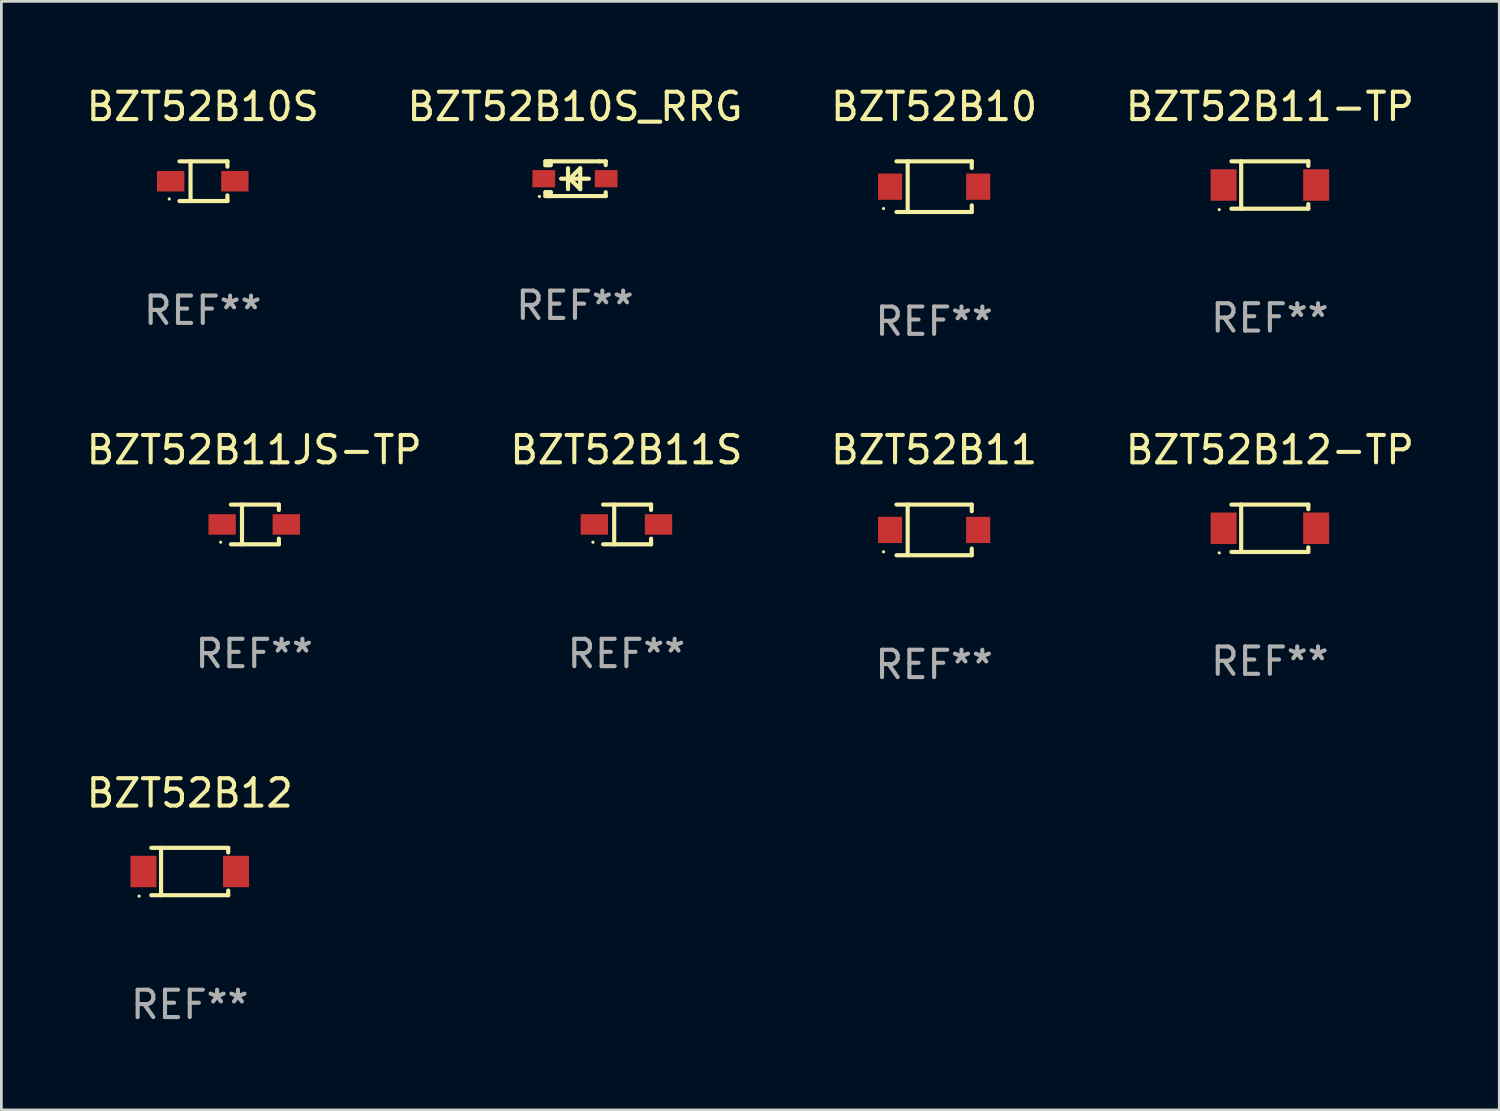
<source format=kicad_pcb>
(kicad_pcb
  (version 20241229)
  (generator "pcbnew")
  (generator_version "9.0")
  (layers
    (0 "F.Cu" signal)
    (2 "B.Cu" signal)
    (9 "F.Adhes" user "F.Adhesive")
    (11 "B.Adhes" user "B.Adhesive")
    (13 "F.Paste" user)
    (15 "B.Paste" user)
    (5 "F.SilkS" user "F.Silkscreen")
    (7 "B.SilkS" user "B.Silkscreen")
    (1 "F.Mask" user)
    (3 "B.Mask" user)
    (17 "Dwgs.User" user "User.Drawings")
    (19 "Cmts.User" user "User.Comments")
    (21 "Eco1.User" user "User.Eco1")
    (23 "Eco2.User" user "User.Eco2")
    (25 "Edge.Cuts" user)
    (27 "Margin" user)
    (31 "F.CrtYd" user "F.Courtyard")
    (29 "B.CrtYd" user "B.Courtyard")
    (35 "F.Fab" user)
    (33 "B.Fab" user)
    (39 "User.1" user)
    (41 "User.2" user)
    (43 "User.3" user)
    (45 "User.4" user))
  (footprint "BZT52B11S"
    (layer "F.Cu")
    (at 19.851 16.123)
    (property "Reference" "BZT52B11S" (at 0 -2.726 0) (layer "F.SilkS") (effects (font (size 1 1) (thickness 0.15))))
    (attr through_hole)
    (fp_line (start -0.851 -0.726) (end 0.901 -0.726) (stroke (width 0.152) (type solid)) (layer "F.SilkS"))
    (fp_line (start -0.851 0.726) (end 0.901 0.726) (stroke (width 0.152) (type solid)) (layer "F.SilkS"))
    (fp_line (start -0.447 -0.726) (end -0.447 0.726) (stroke (width 0.152) (type solid)) (layer "F.SilkS"))
    (fp_line (start 0.901 -0.726) (end 0.901 -0.53) (stroke (width 0.152) (type solid)) (layer "F.SilkS"))
    (fp_line (start 0.901 0.726) (end 0.901 0.52) (stroke (width 0.152) (type solid)) (layer "F.SilkS"))
    (fp_circle (center -1.225 0.65) (end -1.195 0.65) (stroke (width 0.06) (type solid)) (fill no) (layer "F.SilkS"))
    (fp_text user "REF**" (at 0 4.726 0) (layer "F.Fab") (effects (font (size 1 1) (thickness 0.15))))
    (pad "1" smd rect (at -1.173 0) (size 1 0.75) (layers "F.Cu" "F.Mask" "F.Paste"))
    (pad "2" smd rect (at 1.173 0) (size 1 0.75) (layers "F.Cu" "F.Mask" "F.Paste")))
  (footprint "BZT52B11JS-TP"
    (layer "F.Cu")
    (at 6.244 16.123)
    (property "Reference" "BZT52B11JS-TP" (at 0 -2.726 0) (layer "F.SilkS") (effects (font (size 1 1) (thickness 0.15))))
    (attr through_hole)
    (fp_line (start -0.851 -0.726) (end 0.901 -0.726) (stroke (width 0.152) (type solid)) (layer "F.SilkS"))
    (fp_line (start -0.851 0.726) (end 0.901 0.726) (stroke (width 0.152) (type solid)) (layer "F.SilkS"))
    (fp_line (start -0.447 -0.726) (end -0.447 0.726) (stroke (width 0.152) (type solid)) (layer "F.SilkS"))
    (fp_line (start 0.901 -0.726) (end 0.901 -0.53) (stroke (width 0.152) (type solid)) (layer "F.SilkS"))
    (fp_line (start 0.901 0.726) (end 0.901 0.52) (stroke (width 0.152) (type solid)) (layer "F.SilkS"))
    (fp_circle (center -1.225 0.65) (end -1.195 0.65) (stroke (width 0.06) (type solid)) (fill no) (layer "F.SilkS"))
    (fp_text user "REF**" (at 0 4.726 0) (layer "F.Fab") (effects (font (size 1 1) (thickness 0.15))))
    (pad "1" smd rect (at -1.173 0) (size 1 0.75) (layers "F.Cu" "F.Mask" "F.Paste"))
    (pad "2" smd rect (at 1.173 0) (size 1 0.75) (layers "F.Cu" "F.Mask" "F.Paste")))
  (footprint "BZT52B10S_RRG"
    (layer "F.Cu")
    (at 17.97 3.483)
    (property "Reference" "BZT52B10S_RRG" (at 0 -2.635 0) (layer "F.SilkS") (effects (font (size 1 1) (thickness 0.15))))
    (attr through_hole)
    (fp_line (start -1.08 -0.635) (end -1.08 -0.495) (stroke (width 0.152) (type solid)) (layer "F.SilkS"))
    (fp_line (start -1.08 0.495) (end -1.08 0.635) (stroke (width 0.152) (type solid)) (layer "F.SilkS"))
    (fp_line (start -1.08 0.495) (end -0.889 0.495) (stroke (width 0.152) (type solid)) (layer "F.SilkS"))
    (fp_line (start -1.08 0.635) (end -0.889 0.635) (stroke (width 0.152) (type solid)) (layer "F.SilkS"))
    (fp_line (start -1.003 0.635) (end -0.986 0.635) (stroke (width 0.152) (type solid)) (layer "F.SilkS"))
    (fp_line (start -0.986 -0.495) (end -0.986 -0.635) (stroke (width 0.152) (type solid)) (layer "F.SilkS"))
    (fp_line (start -0.986 0.635) (end -0.986 0.495) (stroke (width 0.152) (type solid)) (layer "F.SilkS"))
    (fp_line (start -0.889 -0.635) (end -1.08 -0.635) (stroke (width 0.152) (type solid)) (layer "F.SilkS"))
    (fp_line (start -0.889 -0.635) (end -0.889 -0.595) (stroke (width 0.152) (type solid)) (layer "F.SilkS"))
    (fp_line (start -0.889 -0.635) (end 0.889 -0.635) (stroke (width 0.152) (type solid)) (layer "F.SilkS"))
    (fp_line (start -0.889 -0.595) (end -0.889 -0.495) (stroke (width 0.152) (type solid)) (layer "F.SilkS"))
    (fp_line (start -0.889 -0.495) (end -1.08 -0.495) (stroke (width 0.152) (type solid)) (layer "F.SilkS"))
    (fp_line (start -0.889 0.495) (end -0.889 0.595) (stroke (width 0.152) (type solid)) (layer "F.SilkS"))
    (fp_line (start -0.889 0.495) (end -0.889 0.495) (stroke (width 0.152) (type solid)) (layer "F.SilkS"))
    (fp_line (start -0.889 0.595) (end -0.889 0.635) (stroke (width 0.152) (type solid)) (layer "F.SilkS"))
    (fp_line (start -0.889 0.635) (end 0.889 0.635) (stroke (width 0.152) (type solid)) (layer "F.SilkS"))
    (fp_line (start -0.254 -0.381) (end -0.254 0.381) (stroke (width 0.152) (type solid)) (layer "F.SilkS"))
    (fp_line (start -0.191 0) (end -0.191 0) (stroke (width 0.152) (type solid)) (layer "F.SilkS"))
    (fp_line (start -0.191 0) (end 0.191 -0.381) (stroke (width 0.152) (type solid)) (layer "F.SilkS"))
    (fp_line (start 0.191 -0.381) (end 0.191 0.381) (stroke (width 0.152) (type solid)) (layer "F.SilkS"))
    (fp_line (start 0.191 0.381) (end -0.191 0) (stroke (width 0.152) (type solid)) (layer "F.SilkS"))
    (fp_line (start 0.508 0) (end -0.508 0) (stroke (width 0.152) (type solid)) (layer "F.SilkS"))
    (fp_line (start 0.889 -0.635) (end 1.125 -0.635) (stroke (width 0.152) (type solid)) (layer "F.SilkS"))
    (fp_line (start 1.125 -0.635) (end 1.125 -0.495) (stroke (width 0.152) (type solid)) (layer "F.SilkS"))
    (fp_line (start 1.125 0.495) (end 1.125 0.635) (stroke (width 0.152) (type solid)) (layer "F.SilkS"))
    (fp_line (start 1.125 0.635) (end 0.889 0.635) (stroke (width 0.152) (type solid)) (layer "F.SilkS"))
    (fp_circle (center -1.3 0.65) (end -1.27 0.65) (stroke (width 0.06) (type solid)) (fill no) (layer "F.SilkS"))
    (fp_text user "REF**" (at 0 4.635 0) (layer "F.Fab") (effects (font (size 1 1) (thickness 0.15))))
    (pad "1" smd rect (at -1.14 0 90) (size 0.63 0.83) (layers "F.Cu" "F.Mask" "F.Paste"))
    (pad "2" smd rect (at 1.14 0 90) (size 0.63 0.83) (layers "F.Cu" "F.Mask" "F.Paste")))
  (footprint "BZT52B11"
    (layer "F.Cu")
    (at 31.101 16.323)
    (property "Reference" "BZT52B11" (at 0 -2.926 0) (layer "F.SilkS") (effects (font (size 1 1) (thickness 0.15))))
    (attr through_hole)
    (fp_line (start -1.376 -0.926) (end 1.376 -0.926) (stroke (width 0.152) (type solid)) (layer "F.SilkS"))
    (fp_line (start -1.376 0.926) (end 1.376 0.926) (stroke (width 0.152) (type solid)) (layer "F.SilkS"))
    (fp_line (start -0.967 -0.926) (end -0.967 0.926) (stroke (width 0.152) (type solid)) (layer "F.SilkS"))
    (fp_line (start 1.376 -0.926) (end 1.376 -0.683) (stroke (width 0.152) (type solid)) (layer "F.SilkS"))
    (fp_line (start 1.376 0.926) (end 1.376 0.683) (stroke (width 0.152) (type solid)) (layer "F.SilkS"))
    (fp_circle (center -1.85 0.8) (end -1.82 0.8) (stroke (width 0.06) (type solid)) (fill no) (layer "F.SilkS"))
    (fp_text user "REF**" (at 0 4.926 0) (layer "F.Fab") (effects (font (size 1 1) (thickness 0.15))))
    (pad "1" smd rect (at -1.61 0) (size 0.88 0.96) (layers "F.Cu" "F.Mask" "F.Paste"))
    (pad "2" smd rect (at 1.61 0) (size 0.88 0.96) (layers "F.Cu" "F.Mask" "F.Paste")))
  (footprint "BZT52B11-TP"
    (layer "F.Cu")
    (at 43.375 3.714)
    (property "Reference" "BZT52B11-TP" (at 0 -2.866 0) (layer "F.SilkS") (effects (font (size 1 1) (thickness 0.15))))
    (attr through_hole)
    (fp_line (start -1.406 -0.866) (end 1.406 -0.866) (stroke (width 0.152) (type solid)) (layer "F.SilkS"))
    (fp_line (start -1.406 0.866) (end 1.406 0.866) (stroke (width 0.152) (type solid)) (layer "F.SilkS"))
    (fp_line (start -1.049 -0.866) (end -1.049 0.866) (stroke (width 0.152) (type solid)) (layer "F.SilkS"))
    (fp_line (start 1.406 -0.866) (end 1.406 -0.698) (stroke (width 0.152) (type solid)) (layer "F.SilkS"))
    (fp_line (start 1.406 0.866) (end 1.406 0.698) (stroke (width 0.152) (type solid)) (layer "F.SilkS"))
    (fp_circle (center -1.851 0.9) (end -1.821 0.9) (stroke (width 0.06) (type solid)) (fill no) (layer "F.SilkS"))
    (fp_text user "REF**" (at 0 4.866 0) (layer "F.Fab") (effects (font (size 1 1) (thickness 0.15))))
    (pad "1" smd rect (at -1.692 0) (size 0.95 1.15) (layers "F.Cu" "F.Mask" "F.Paste"))
    (pad "2" smd rect (at 1.692 0) (size 0.95 1.15) (layers "F.Cu" "F.Mask" "F.Paste")))
  (footprint "BZT52B10"
    (layer "F.Cu")
    (at 31.101 3.774)
    (property "Reference" "BZT52B10" (at 0 -2.926 0) (layer "F.SilkS") (effects (font (size 1 1) (thickness 0.15))))
    (attr through_hole)
    (fp_line (start -1.376 -0.926) (end 1.376 -0.926) (stroke (width 0.152) (type solid)) (layer "F.SilkS"))
    (fp_line (start -1.376 0.926) (end 1.376 0.926) (stroke (width 0.152) (type solid)) (layer "F.SilkS"))
    (fp_line (start -0.967 -0.926) (end -0.967 0.926) (stroke (width 0.152) (type solid)) (layer "F.SilkS"))
    (fp_line (start 1.376 -0.926) (end 1.376 -0.683) (stroke (width 0.152) (type solid)) (layer "F.SilkS"))
    (fp_line (start 1.376 0.926) (end 1.376 0.683) (stroke (width 0.152) (type solid)) (layer "F.SilkS"))
    (fp_circle (center -1.85 0.8) (end -1.82 0.8) (stroke (width 0.06) (type solid)) (fill no) (layer "F.SilkS"))
    (fp_text user "REF**" (at 0 4.926 0) (layer "F.Fab") (effects (font (size 1 1) (thickness 0.15))))
    (pad "1" smd rect (at -1.61 0) (size 0.88 0.96) (layers "F.Cu" "F.Mask" "F.Paste"))
    (pad "2" smd rect (at 1.61 0) (size 0.88 0.96) (layers "F.Cu" "F.Mask" "F.Paste")))
  (footprint "BZT52B10S"
    (layer "F.Cu")
    (at 4.363 3.574)
    (property "Reference" "BZT52B10S" (at 0 -2.726 0) (layer "F.SilkS") (effects (font (size 1 1) (thickness 0.15))))
    (attr through_hole)
    (fp_line (start -0.851 -0.726) (end 0.901 -0.726) (stroke (width 0.152) (type solid)) (layer "F.SilkS"))
    (fp_line (start -0.851 0.726) (end 0.901 0.726) (stroke (width 0.152) (type solid)) (layer "F.SilkS"))
    (fp_line (start -0.447 -0.726) (end -0.447 0.726) (stroke (width 0.152) (type solid)) (layer "F.SilkS"))
    (fp_line (start 0.901 -0.726) (end 0.901 -0.53) (stroke (width 0.152) (type solid)) (layer "F.SilkS"))
    (fp_line (start 0.901 0.726) (end 0.901 0.52) (stroke (width 0.152) (type solid)) (layer "F.SilkS"))
    (fp_circle (center -1.225 0.65) (end -1.195 0.65) (stroke (width 0.06) (type solid)) (fill no) (layer "F.SilkS"))
    (fp_text user "REF**" (at 0 4.726 0) (layer "F.Fab") (effects (font (size 1 1) (thickness 0.15))))
    (pad "1" smd rect (at -1.173 0) (size 1 0.75) (layers "F.Cu" "F.Mask" "F.Paste"))
    (pad "2" smd rect (at 1.173 0) (size 1 0.75) (layers "F.Cu" "F.Mask" "F.Paste")))
  (footprint "BZT52B12"
    (layer "F.Cu")
    (at 3.887 28.812)
    (property "Reference" "BZT52B12" (at 0 -2.866 0) (layer "F.SilkS") (effects (font (size 1 1) (thickness 0.15))))
    (attr through_hole)
    (fp_line (start -1.406 -0.866) (end 1.406 -0.866) (stroke (width 0.152) (type solid)) (layer "F.SilkS"))
    (fp_line (start -1.406 0.866) (end 1.406 0.866) (stroke (width 0.152) (type solid)) (layer "F.SilkS"))
    (fp_line (start -1.049 -0.866) (end -1.049 0.866) (stroke (width 0.152) (type solid)) (layer "F.SilkS"))
    (fp_line (start 1.406 -0.866) (end 1.406 -0.698) (stroke (width 0.152) (type solid)) (layer "F.SilkS"))
    (fp_line (start 1.406 0.866) (end 1.406 0.698) (stroke (width 0.152) (type solid)) (layer "F.SilkS"))
    (fp_circle (center -1.851 0.9) (end -1.821 0.9) (stroke (width 0.06) (type solid)) (fill no) (layer "F.SilkS"))
    (fp_text user "REF**" (at 0 4.866 0) (layer "F.Fab") (effects (font (size 1 1) (thickness 0.15))))
    (pad "1" smd rect (at -1.692 0) (size 0.95 1.15) (layers "F.Cu" "F.Mask" "F.Paste"))
    (pad "2" smd rect (at 1.692 0) (size 0.95 1.15) (layers "F.Cu" "F.Mask" "F.Paste")))
  (footprint "BZT52B12-TP"
    (layer "F.Cu")
    (at 43.375 16.263)
    (property "Reference" "BZT52B12-TP" (at 0 -2.866 0) (layer "F.SilkS") (effects (font (size 1 1) (thickness 0.15))))
    (attr through_hole)
    (fp_line (start -1.406 -0.866) (end 1.406 -0.866) (stroke (width 0.152) (type solid)) (layer "F.SilkS"))
    (fp_line (start -1.406 0.866) (end 1.406 0.866) (stroke (width 0.152) (type solid)) (layer "F.SilkS"))
    (fp_line (start -1.049 -0.866) (end -1.049 0.866) (stroke (width 0.152) (type solid)) (layer "F.SilkS"))
    (fp_line (start 1.406 -0.866) (end 1.406 -0.698) (stroke (width 0.152) (type solid)) (layer "F.SilkS"))
    (fp_line (start 1.406 0.866) (end 1.406 0.698) (stroke (width 0.152) (type solid)) (layer "F.SilkS"))
    (fp_circle (center -1.851 0.9) (end -1.821 0.9) (stroke (width 0.06) (type solid)) (fill no) (layer "F.SilkS"))
    (fp_text user "REF**" (at 0 4.866 0) (layer "F.Fab") (effects (font (size 1 1) (thickness 0.15))))
    (pad "1" smd rect (at -1.692 0) (size 0.95 1.15) (layers "F.Cu" "F.Mask" "F.Paste"))
    (pad "2" smd rect (at 1.692 0) (size 0.95 1.15) (layers "F.Cu" "F.Mask" "F.Paste")))
  (gr_rect
    (start -3 -3)
    (end 51.762 37.527)
    (stroke (width 0.1) (type default))
    (fill no)
    (layer "Edge.Cuts")))
</source>
